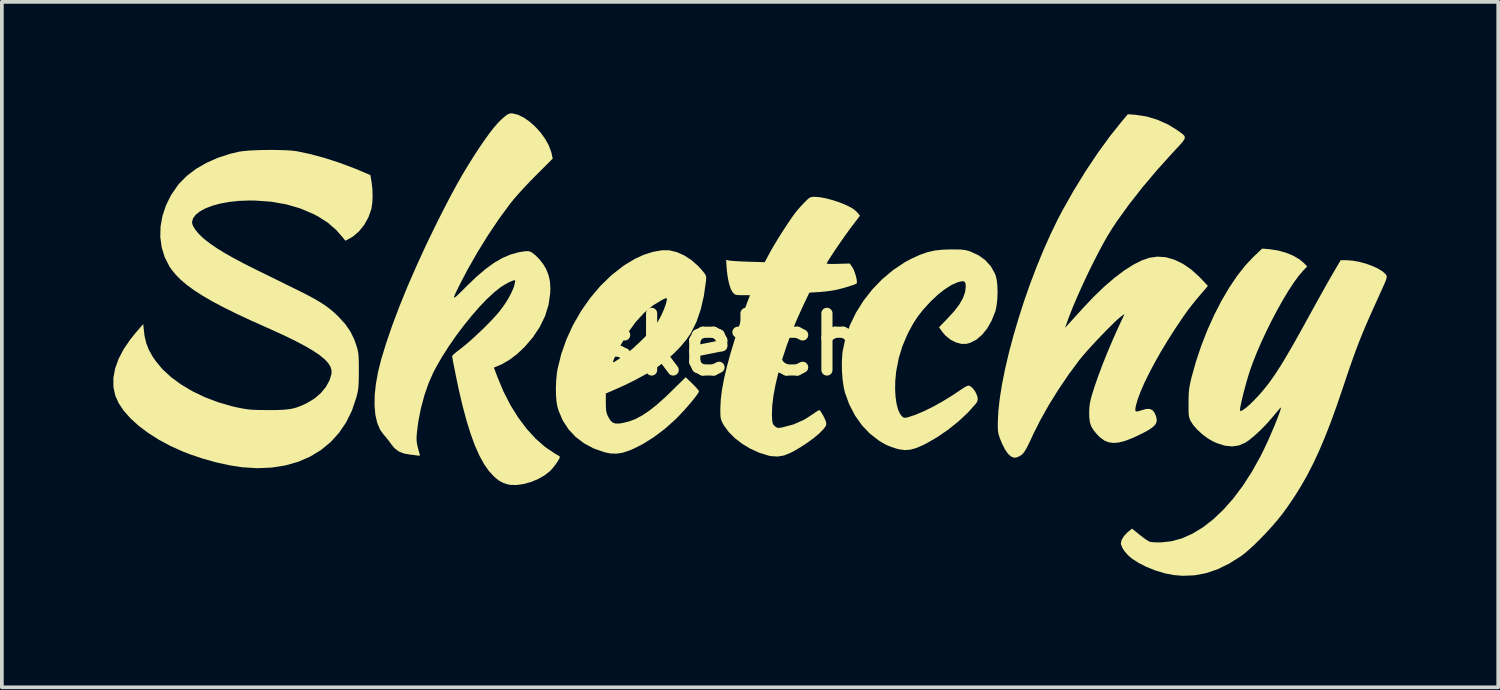
<source format=kicad_pcb>
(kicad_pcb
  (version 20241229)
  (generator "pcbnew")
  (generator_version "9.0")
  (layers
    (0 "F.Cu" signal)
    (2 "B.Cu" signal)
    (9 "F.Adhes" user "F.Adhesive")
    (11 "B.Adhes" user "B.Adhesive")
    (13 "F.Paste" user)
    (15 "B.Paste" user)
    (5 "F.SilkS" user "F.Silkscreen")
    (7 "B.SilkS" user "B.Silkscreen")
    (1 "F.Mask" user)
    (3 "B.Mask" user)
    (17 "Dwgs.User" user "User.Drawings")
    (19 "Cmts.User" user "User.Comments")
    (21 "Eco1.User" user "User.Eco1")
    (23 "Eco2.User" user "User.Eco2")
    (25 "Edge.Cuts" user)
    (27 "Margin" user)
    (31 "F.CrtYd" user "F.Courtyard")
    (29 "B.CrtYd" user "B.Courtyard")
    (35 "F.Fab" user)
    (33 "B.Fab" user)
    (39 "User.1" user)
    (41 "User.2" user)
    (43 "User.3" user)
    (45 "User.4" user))
  (footprint "sketchy"
    (layer "F.Cu")
    (at 17.132 6.216)
    (property "Reference" "sketchy" (at 0 0 0) (layer "F.SilkS") (effects (font (size 1.524 1.524) (thickness 0.3))))
    (attr board_only exclude_from_pos_files exclude_from_bom)
    (fp_poly (pts (xy 5.56 -2.554) (xy 5.672 -2.551) (xy 5.759 -2.542) (xy 5.833 -2.528) (xy 5.906 -2.506) (xy 5.929 -2.498) (xy 6.149 -2.396) (xy 6.335 -2.261) (xy 6.483 -2.095) (xy 6.589 -1.902) (xy 6.61 -1.849) (xy 6.638 -1.728) (xy 6.655 -1.572) (xy 6.66 -1.396) (xy 6.653 -1.217) (xy 6.634 -1.049) (xy 6.605 -0.907) (xy 6.596 -0.878) (xy 6.498 -0.635) (xy 6.379 -0.426) (xy 6.241 -0.256) (xy 6.089 -0.127) (xy 5.924 -0.042) (xy 5.821 -0.014) (xy 5.682 -0.014) (xy 5.534 -0.054) (xy 5.389 -0.129) (xy 5.259 -0.234) (xy 5.166 -0.344) (xy 5.085 -0.462) (xy 5.313 -0.696) (xy 5.496 -0.896) (xy 5.634 -1.079) (xy 5.73 -1.248) (xy 5.786 -1.407) (xy 5.803 -1.554) (xy 5.797 -1.639) (xy 5.773 -1.686) (xy 5.724 -1.701) (xy 5.642 -1.687) (xy 5.584 -1.67) (xy 5.426 -1.601) (xy 5.252 -1.492) (xy 5.066 -1.348) (xy 4.877 -1.171) (xy 4.832 -1.125) (xy 4.656 -0.932) (xy 4.511 -0.747) (xy 4.385 -0.553) (xy 4.266 -0.333) (xy 4.227 -0.253) (xy 4.098 0.052) (xy 4.003 0.363) (xy 3.937 0.699) (xy 3.928 0.764) (xy 3.907 0.985) (xy 3.903 1.201) (xy 3.914 1.406) (xy 3.94 1.59) (xy 3.98 1.746) (xy 4.032 1.866) (xy 4.082 1.931) (xy 4.125 1.966) (xy 4.166 1.976) (xy 4.227 1.966) (xy 4.254 1.959) (xy 4.447 1.896) (xy 4.669 1.802) (xy 4.912 1.683) (xy 5.167 1.542) (xy 5.424 1.385) (xy 5.584 1.279) (xy 5.698 1.202) (xy 5.778 1.151) (xy 5.832 1.122) (xy 5.87 1.11) (xy 5.9 1.113) (xy 5.925 1.124) (xy 5.998 1.185) (xy 6.063 1.277) (xy 6.11 1.382) (xy 6.121 1.427) (xy 6.126 1.496) (xy 6.105 1.553) (xy 6.068 1.605) (xy 5.855 1.842) (xy 5.603 2.077) (xy 5.325 2.299) (xy 5.031 2.5) (xy 4.734 2.671) (xy 4.652 2.711) (xy 4.468 2.79) (xy 4.308 2.834) (xy 4.158 2.844) (xy 4.007 2.823) (xy 3.932 2.803) (xy 3.805 2.762) (xy 3.709 2.725) (xy 3.623 2.683) (xy 3.528 2.628) (xy 3.462 2.586) (xy 3.223 2.401) (xy 3.009 2.176) (xy 2.824 1.914) (xy 2.671 1.621) (xy 2.555 1.305) (xy 2.516 1.134) (xy 2.488 0.928) (xy 2.472 0.705) (xy 2.47 0.479) (xy 2.482 0.267) (xy 2.493 0.174) (xy 2.568 -0.176) (xy 2.689 -0.521) (xy 2.853 -0.858) (xy 3.056 -1.18) (xy 3.293 -1.482) (xy 3.56 -1.758) (xy 3.853 -2.003) (xy 4.167 -2.212) (xy 4.365 -2.317) (xy 4.579 -2.413) (xy 4.775 -2.481) (xy 4.969 -2.525) (xy 5.178 -2.548) (xy 5.408 -2.555)) (stroke (width 0) (type solid)) (fill yes) (layer "F.SilkS"))
    (fp_poly (pts (xy -2.175 -2.531) (xy -1.976 -2.484) (xy -1.776 -2.396) (xy -1.58 -2.269) (xy -1.396 -2.108) (xy -1.283 -1.982) (xy -1.224 -1.909) (xy -1.192 -1.856) (xy -1.181 -1.805) (xy -1.183 -1.74) (xy -1.186 -1.706) (xy -1.244 -1.299) (xy -1.329 -0.933) (xy -1.442 -0.607) (xy -1.584 -0.319) (xy -1.591 -0.306) (xy -1.709 -0.133) (xy -1.862 0.051) (xy -2.042 0.236) (xy -2.237 0.413) (xy -2.438 0.57) (xy -2.52 0.626) (xy -2.777 0.786) (xy -3.071 0.948) (xy -3.386 1.104) (xy -3.623 1.21) (xy -3.881 1.322) (xy -3.881 1.571) (xy -3.879 1.695) (xy -3.872 1.784) (xy -3.857 1.854) (xy -3.831 1.92) (xy -3.818 1.947) (xy -3.759 2.045) (xy -3.697 2.105) (xy -3.618 2.131) (xy -3.51 2.129) (xy -3.439 2.118) (xy -3.263 2.076) (xy -3.087 2.01) (xy -2.908 1.915) (xy -2.719 1.79) (xy -2.516 1.63) (xy -2.294 1.432) (xy -2.132 1.277) (xy -1.732 0.884) (xy -1.553 1.057) (xy -1.477 1.134) (xy -1.416 1.201) (xy -1.381 1.248) (xy -1.374 1.263) (xy -1.391 1.301) (xy -1.437 1.369) (xy -1.506 1.46) (xy -1.593 1.566) (xy -1.692 1.682) (xy -1.797 1.799) (xy -1.902 1.911) (xy -2 2.011) (xy -2.014 2.024) (xy -2.292 2.272) (xy -2.581 2.49) (xy -2.871 2.674) (xy -3.155 2.818) (xy -3.241 2.853) (xy -3.426 2.915) (xy -3.593 2.941) (xy -3.758 2.935) (xy -3.919 2.902) (xy -4.208 2.801) (xy -4.467 2.663) (xy -4.695 2.489) (xy -4.887 2.283) (xy -5.04 2.047) (xy -5.152 1.785) (xy -5.183 1.68) (xy -5.208 1.542) (xy -5.222 1.368) (xy -5.225 1.175) (xy -5.217 0.975) (xy -5.199 0.785) (xy -5.182 0.674) (xy -5.131 0.467) (xy -3.687 0.467) (xy -3.684 0.481) (xy -3.676 0.484) (xy -3.65 0.47) (xy -3.591 0.434) (xy -3.509 0.38) (xy -3.427 0.325) (xy -3.29 0.223) (xy -3.14 0.097) (xy -2.985 -0.045) (xy -2.834 -0.193) (xy -2.696 -0.339) (xy -2.579 -0.476) (xy -2.493 -0.593) (xy -2.474 -0.624) (xy -2.41 -0.74) (xy -2.352 -0.862) (xy -2.303 -0.98) (xy -2.266 -1.085) (xy -2.244 -1.171) (xy -2.239 -1.227) (xy -2.253 -1.247) (xy -2.282 -1.237) (xy -2.34 -1.21) (xy -2.374 -1.193) (xy -2.621 -1.042) (xy -2.858 -0.842) (xy -3.081 -0.597) (xy -3.29 -0.309) (xy -3.481 0.019) (xy -3.549 0.154) (xy -3.611 0.284) (xy -3.653 0.375) (xy -3.678 0.434) (xy -3.687 0.467) (xy -5.131 0.467) (xy -5.083 0.269) (xy -4.942 -0.132) (xy -4.762 -0.523) (xy -4.547 -0.897) (xy -4.301 -1.248) (xy -4.028 -1.571) (xy -3.733 -1.858) (xy -3.419 -2.104) (xy -3.344 -2.155) (xy -3.093 -2.304) (xy -2.855 -2.413) (xy -2.618 -2.488) (xy -2.369 -2.532) (xy -2.364 -2.533)) (stroke (width 0) (type solid)) (fill yes) (layer "F.SilkS"))
    (fp_poly (pts (xy 1.883 -3.959) (xy 2.047 -3.928) (xy 2.227 -3.88) (xy 2.409 -3.819) (xy 2.494 -3.786) (xy 2.653 -3.715) (xy 2.771 -3.648) (xy 2.857 -3.579) (xy 2.903 -3.529) (xy 2.957 -3.461) (xy 2.727 -3.16) (xy 2.652 -3.058) (xy 2.565 -2.939) (xy 2.474 -2.808) (xy 2.381 -2.674) (xy 2.291 -2.542) (xy 2.211 -2.421) (xy 2.143 -2.316) (xy 2.093 -2.236) (xy 2.065 -2.186) (xy 2.062 -2.175) (xy 2.085 -2.169) (xy 2.15 -2.165) (xy 2.247 -2.164) (xy 2.364 -2.166) (xy 2.372 -2.167) (xy 2.682 -2.176) (xy 2.754 -2.074) (xy 2.788 -2.01) (xy 2.821 -1.924) (xy 2.85 -1.83) (xy 2.869 -1.741) (xy 2.876 -1.672) (xy 2.869 -1.639) (xy 2.833 -1.62) (xy 2.759 -1.593) (xy 2.66 -1.56) (xy 2.547 -1.526) (xy 2.431 -1.495) (xy 2.326 -1.469) (xy 2.299 -1.463) (xy 2.18 -1.443) (xy 2.035 -1.424) (xy 1.891 -1.41) (xy 1.848 -1.407) (xy 1.596 -1.392) (xy 1.436 -1.059) (xy 1.272 -0.698) (xy 1.121 -0.332) (xy 0.986 0.034) (xy 0.867 0.394) (xy 0.767 0.742) (xy 0.688 1.071) (xy 0.63 1.377) (xy 0.596 1.652) (xy 0.588 1.892) (xy 0.589 1.922) (xy 0.595 2.031) (xy 0.604 2.102) (xy 0.619 2.147) (xy 0.645 2.181) (xy 0.666 2.201) (xy 0.714 2.236) (xy 0.761 2.248) (xy 0.829 2.241) (xy 0.857 2.237) (xy 1.169 2.154) (xy 1.458 2.026) (xy 1.702 1.869) (xy 1.786 1.809) (xy 1.84 1.778) (xy 1.871 1.772) (xy 1.887 1.784) (xy 1.961 1.905) (xy 2.017 2.014) (xy 2.047 2.098) (xy 2.047 2.101) (xy 2.051 2.154) (xy 2.032 2.204) (xy 1.985 2.269) (xy 1.97 2.286) (xy 1.86 2.398) (xy 1.713 2.521) (xy 1.54 2.648) (xy 1.353 2.77) (xy 1.162 2.881) (xy 1.089 2.918) (xy 0.912 2.99) (xy 0.742 3.018) (xy 0.563 3.006) (xy 0.496 2.993) (xy 0.254 2.919) (xy 0.016 2.812) (xy -0.207 2.679) (xy -0.407 2.525) (xy -0.576 2.356) (xy -0.705 2.179) (xy -0.728 2.138) (xy -0.761 2.072) (xy -0.782 2.015) (xy -0.794 1.952) (xy -0.799 1.87) (xy -0.8 1.754) (xy -0.8 1.718) (xy -0.788 1.483) (xy -0.755 1.219) (xy -0.7 0.924) (xy -0.622 0.594) (xy -0.522 0.227) (xy -0.398 -0.18) (xy -0.316 -0.43) (xy -0.258 -0.603) (xy -0.202 -0.769) (xy -0.151 -0.92) (xy -0.107 -1.045) (xy -0.075 -1.135) (xy -0.064 -1.164) (xy -0.002 -1.323) (xy -0.203 -1.323) (xy -0.304 -1.325) (xy -0.369 -1.331) (xy -0.411 -1.346) (xy -0.445 -1.375) (xy -0.466 -1.399) (xy -0.515 -1.483) (xy -0.558 -1.608) (xy -0.594 -1.765) (xy -0.62 -1.946) (xy -0.63 -2.059) (xy -0.644 -2.272) (xy -0.557 -2.255) (xy -0.503 -2.249) (xy -0.409 -2.241) (xy -0.285 -2.234) (xy -0.142 -2.228) (xy -0.038 -2.224) (xy 0.394 -2.211) (xy 0.534 -2.472) (xy 0.608 -2.604) (xy 0.703 -2.763) (xy 0.811 -2.938) (xy 0.925 -3.115) (xy 1.036 -3.284) (xy 1.137 -3.431) (xy 1.211 -3.534) (xy 1.273 -3.61) (xy 1.355 -3.704) (xy 1.442 -3.796) (xy 1.456 -3.811) (xy 1.532 -3.888) (xy 1.586 -3.935) (xy 1.632 -3.959) (xy 1.681 -3.969) (xy 1.749 -3.97) (xy 1.75 -3.97)) (stroke (width 0) (type solid)) (fill yes) (layer "F.SilkS"))
    (fp_poly (pts (xy 10.369 -6.177) (xy 10.662 -6.133) (xy 10.957 -6.045) (xy 11.241 -5.919) (xy 11.489 -5.767) (xy 11.578 -5.704) (xy 11.644 -5.655) (xy 11.684 -5.613) (xy 11.7 -5.571) (xy 11.688 -5.522) (xy 11.647 -5.46) (xy 11.577 -5.378) (xy 11.476 -5.27) (xy 11.377 -5.163) (xy 10.951 -4.691) (xy 10.557 -4.224) (xy 10.198 -3.766) (xy 9.878 -3.323) (xy 9.745 -3.123) (xy 9.628 -2.934) (xy 9.498 -2.705) (xy 9.36 -2.446) (xy 9.217 -2.166) (xy 9.074 -1.873) (xy 8.935 -1.575) (xy 8.804 -1.282) (xy 8.685 -1.003) (xy 8.584 -0.745) (xy 8.552 -0.659) (xy 8.475 -0.445) (xy 8.558 -0.536) (xy 8.602 -0.584) (xy 8.673 -0.662) (xy 8.763 -0.762) (xy 8.866 -0.875) (xy 8.956 -0.974) (xy 9.245 -1.279) (xy 9.527 -1.551) (xy 9.801 -1.787) (xy 10.063 -1.985) (xy 10.31 -2.143) (xy 10.54 -2.259) (xy 10.74 -2.329) (xy 10.96 -2.361) (xy 11.187 -2.344) (xy 11.416 -2.279) (xy 11.646 -2.168) (xy 11.872 -2.013) (xy 12.091 -1.814) (xy 12.125 -1.779) (xy 12.319 -1.573) (xy 12.12 -1.34) (xy 12.001 -1.199) (xy 11.898 -1.072) (xy 11.803 -0.95) (xy 11.709 -0.82) (xy 11.607 -0.673) (xy 11.49 -0.499) (xy 11.421 -0.394) (xy 11.23 -0.095) (xy 11.052 0.201) (xy 10.889 0.489) (xy 10.743 0.765) (xy 10.617 1.022) (xy 10.514 1.257) (xy 10.435 1.463) (xy 10.385 1.637) (xy 10.372 1.699) (xy 10.365 1.764) (xy 10.375 1.798) (xy 10.411 1.806) (xy 10.482 1.79) (xy 10.55 1.767) (xy 10.673 1.736) (xy 10.765 1.739) (xy 10.835 1.778) (xy 10.886 1.845) (xy 10.922 1.931) (xy 10.942 2.018) (xy 10.943 2.04) (xy 10.931 2.11) (xy 10.888 2.177) (xy 10.811 2.246) (xy 10.694 2.321) (xy 10.542 2.402) (xy 10.305 2.514) (xy 10.102 2.593) (xy 9.928 2.639) (xy 9.777 2.653) (xy 9.645 2.634) (xy 9.526 2.584) (xy 9.414 2.501) (xy 9.348 2.435) (xy 9.247 2.316) (xy 9.181 2.209) (xy 9.143 2.095) (xy 9.127 1.958) (xy 9.124 1.858) (xy 9.128 1.715) (xy 9.143 1.589) (xy 9.172 1.456) (xy 9.198 1.362) (xy 9.275 1.118) (xy 9.373 0.839) (xy 9.487 0.535) (xy 9.615 0.216) (xy 9.753 -0.109) (xy 9.896 -0.431) (xy 9.952 -0.552) (xy 10.076 -0.816) (xy 9.995 -0.76) (xy 9.931 -0.709) (xy 9.839 -0.626) (xy 9.727 -0.517) (xy 9.6 -0.39) (xy 9.464 -0.25) (xy 9.325 -0.105) (xy 9.191 0.04) (xy 9.066 0.178) (xy 8.958 0.302) (xy 8.872 0.406) (xy 8.861 0.42) (xy 8.574 0.808) (xy 8.298 1.215) (xy 8.041 1.628) (xy 7.811 2.037) (xy 7.613 2.43) (xy 7.581 2.501) (xy 7.505 2.664) (xy 7.443 2.787) (xy 7.39 2.876) (xy 7.342 2.939) (xy 7.295 2.982) (xy 7.242 3.013) (xy 7.239 3.015) (xy 7.16 3.046) (xy 7.099 3.048) (xy 7.032 3.022) (xy 7.022 3.016) (xy 6.945 2.95) (xy 6.865 2.836) (xy 6.783 2.676) (xy 6.742 2.577) (xy 6.706 2.482) (xy 6.683 2.404) (xy 6.67 2.325) (xy 6.666 2.229) (xy 6.666 2.107) (xy 6.681 1.792) (xy 6.721 1.439) (xy 6.783 1.053) (xy 6.867 0.64) (xy 6.969 0.206) (xy 7.089 -0.243) (xy 7.225 -0.703) (xy 7.374 -1.166) (xy 7.536 -1.629) (xy 7.709 -2.084) (xy 7.89 -2.526) (xy 8.079 -2.95) (xy 8.273 -3.351) (xy 8.401 -3.596) (xy 8.705 -4.134) (xy 9.024 -4.653) (xy 9.351 -5.143) (xy 9.682 -5.599) (xy 9.985 -5.978) (xy 10.163 -6.192)) (stroke (width 0) (type solid)) (fill yes) (layer "F.SilkS"))
    (fp_poly (pts (xy -12.676 -5.229) (xy -12.488 -5.223) (xy -12.325 -5.213) (xy -12.201 -5.198) (xy -12.191 -5.196) (xy -11.827 -5.119) (xy -11.438 -5.013) (xy -11.038 -4.883) (xy -10.639 -4.733) (xy -10.521 -4.684) (xy -10.216 -4.555) (xy -10.185 -4.377) (xy -10.164 -4.197) (xy -10.156 -4.007) (xy -10.163 -3.826) (xy -10.184 -3.67) (xy -10.193 -3.632) (xy -10.27 -3.416) (xy -10.381 -3.217) (xy -10.52 -3.044) (xy -10.678 -2.907) (xy -10.77 -2.851) (xy -10.89 -2.789) (xy -10.948 -2.864) (xy -11.142 -3.084) (xy -11.358 -3.271) (xy -11.608 -3.433) (xy -11.746 -3.506) (xy -12.1 -3.657) (xy -12.477 -3.767) (xy -12.88 -3.838) (xy -13.311 -3.869) (xy -13.475 -3.871) (xy -13.751 -3.861) (xy -14.01 -3.833) (xy -14.25 -3.79) (xy -14.464 -3.732) (xy -14.65 -3.661) (xy -14.802 -3.579) (xy -14.917 -3.488) (xy -14.989 -3.39) (xy -15.016 -3.285) (xy -15.016 -3.281) (xy -14.995 -3.201) (xy -14.938 -3.101) (xy -14.849 -2.99) (xy -14.736 -2.877) (xy -14.681 -2.83) (xy -14.526 -2.71) (xy -14.348 -2.588) (xy -14.143 -2.461) (xy -13.905 -2.326) (xy -13.629 -2.179) (xy -13.311 -2.019) (xy -13.109 -1.92) (xy -12.893 -1.814) (xy -12.673 -1.706) (xy -12.465 -1.603) (xy -12.28 -1.512) (xy -12.178 -1.462) (xy -11.938 -1.341) (xy -11.738 -1.234) (xy -11.569 -1.136) (xy -11.425 -1.042) (xy -11.297 -0.946) (xy -11.178 -0.844) (xy -11.069 -0.74) (xy -10.892 -0.545) (xy -10.756 -0.349) (xy -10.652 -0.137) (xy -10.59 0.038) (xy -10.567 0.115) (xy -10.551 0.185) (xy -10.539 0.259) (xy -10.532 0.345) (xy -10.529 0.456) (xy -10.527 0.6) (xy -10.527 0.713) (xy -10.528 0.886) (xy -10.531 1.02) (xy -10.537 1.125) (xy -10.546 1.213) (xy -10.561 1.296) (xy -10.582 1.383) (xy -10.594 1.43) (xy -10.712 1.78) (xy -10.868 2.097) (xy -11.06 2.381) (xy -11.287 2.63) (xy -11.547 2.844) (xy -11.837 3.02) (xy -12.155 3.158) (xy -12.5 3.257) (xy -12.87 3.315) (xy -13.263 3.332) (xy -13.667 3.306) (xy -13.998 3.255) (xy -14.354 3.178) (xy -14.717 3.077) (xy -15.073 2.957) (xy -15.258 2.885) (xy -15.597 2.733) (xy -15.912 2.564) (xy -16.199 2.381) (xy -16.454 2.188) (xy -16.674 1.988) (xy -16.854 1.784) (xy -16.991 1.578) (xy -17.08 1.38) (xy -17.13 1.15) (xy -17.132 0.907) (xy -17.086 0.655) (xy -16.993 0.394) (xy -16.854 0.128) (xy -16.669 -0.142) (xy -16.526 -0.318) (xy -16.327 -0.547) (xy -16.32 -0.458) (xy -16.293 -0.23) (xy -16.247 -0.034) (xy -16.177 0.147) (xy -16.075 0.328) (xy -15.994 0.448) (xy -15.809 0.67) (xy -15.58 0.881) (xy -15.312 1.078) (xy -15.01 1.258) (xy -14.68 1.417) (xy -14.329 1.552) (xy -13.961 1.66) (xy -13.797 1.698) (xy -13.677 1.722) (xy -13.573 1.74) (xy -13.471 1.753) (xy -13.361 1.761) (xy -13.23 1.765) (xy -13.066 1.767) (xy -12.967 1.768) (xy -12.754 1.767) (xy -12.582 1.761) (xy -12.44 1.749) (xy -12.319 1.73) (xy -12.207 1.7) (xy -12.094 1.658) (xy -11.971 1.603) (xy -11.921 1.578) (xy -11.722 1.459) (xy -11.551 1.313) (xy -11.413 1.146) (xy -11.314 0.966) (xy -11.262 0.789) (xy -11.261 0.695) (xy -11.291 0.599) (xy -11.354 0.5) (xy -11.451 0.397) (xy -11.585 0.287) (xy -11.758 0.171) (xy -11.971 0.046) (xy -12.227 -0.089) (xy -12.526 -0.235) (xy -12.872 -0.393) (xy -13.018 -0.458) (xy -13.448 -0.651) (xy -13.831 -0.83) (xy -14.171 -0.999) (xy -14.471 -1.158) (xy -14.732 -1.31) (xy -14.959 -1.456) (xy -15.153 -1.598) (xy -15.317 -1.737) (xy -15.454 -1.875) (xy -15.567 -2.014) (xy -15.623 -2.096) (xy -15.75 -2.345) (xy -15.831 -2.61) (xy -15.869 -2.887) (xy -15.862 -3.171) (xy -15.811 -3.456) (xy -15.717 -3.738) (xy -15.582 -4.012) (xy -15.404 -4.272) (xy -15.355 -4.332) (xy -15.153 -4.536) (xy -14.909 -4.721) (xy -14.628 -4.884) (xy -14.317 -5.021) (xy -13.981 -5.13) (xy -13.748 -5.185) (xy -13.632 -5.201) (xy -13.476 -5.215) (xy -13.292 -5.224) (xy -13.089 -5.23) (xy -12.881 -5.232)) (stroke (width 0) (type solid)) (fill yes) (layer "F.SilkS"))
    (fp_poly (pts (xy 13.976 -2.561) (xy 14.199 -2.527) (xy 14.415 -2.468) (xy 14.614 -2.386) (xy 14.784 -2.287) (xy 14.898 -2.192) (xy 14.991 -2.097) (xy 14.877 -1.978) (xy 14.758 -1.838) (xy 14.626 -1.657) (xy 14.485 -1.441) (xy 14.338 -1.197) (xy 14.188 -0.931) (xy 14.04 -0.65) (xy 13.897 -0.362) (xy 13.761 -0.071) (xy 13.638 0.213) (xy 13.529 0.486) (xy 13.439 0.741) (xy 13.404 0.853) (xy 13.355 1.021) (xy 13.309 1.191) (xy 13.266 1.354) (xy 13.231 1.501) (xy 13.204 1.624) (xy 13.187 1.712) (xy 13.184 1.751) (xy 13.186 1.789) (xy 13.202 1.796) (xy 13.244 1.775) (xy 13.264 1.764) (xy 13.344 1.707) (xy 13.446 1.618) (xy 13.562 1.504) (xy 13.685 1.374) (xy 13.807 1.235) (xy 13.919 1.096) (xy 13.964 1.037) (xy 14.062 0.901) (xy 14.164 0.75) (xy 14.272 0.582) (xy 14.389 0.391) (xy 14.517 0.173) (xy 14.66 -0.077) (xy 14.82 -0.362) (xy 15 -0.687) (xy 15.041 -0.764) (xy 15.154 -0.968) (xy 15.268 -1.174) (xy 15.379 -1.374) (xy 15.483 -1.56) (xy 15.575 -1.722) (xy 15.65 -1.854) (xy 15.686 -1.915) (xy 15.892 -2.265) (xy 16.046 -2.265) (xy 16.21 -2.253) (xy 16.386 -2.222) (xy 16.564 -2.174) (xy 16.734 -2.113) (xy 16.887 -2.044) (xy 17.011 -1.969) (xy 17.097 -1.892) (xy 17.114 -1.869) (xy 17.126 -1.847) (xy 17.131 -1.821) (xy 17.127 -1.786) (xy 17.111 -1.733) (xy 17.081 -1.658) (xy 17.035 -1.553) (xy 16.971 -1.411) (xy 16.935 -1.331) (xy 16.795 -1.023) (xy 16.673 -0.751) (xy 16.566 -0.506) (xy 16.471 -0.278) (xy 16.382 -0.057) (xy 16.297 0.167) (xy 16.212 0.402) (xy 16.122 0.658) (xy 16.025 0.946) (xy 15.956 1.152) (xy 15.789 1.642) (xy 15.628 2.087) (xy 15.47 2.492) (xy 15.312 2.864) (xy 15.153 3.206) (xy 14.988 3.526) (xy 14.817 3.827) (xy 14.635 4.117) (xy 14.442 4.399) (xy 14.33 4.552) (xy 14.204 4.711) (xy 14.056 4.884) (xy 13.895 5.061) (xy 13.728 5.234) (xy 13.564 5.396) (xy 13.41 5.537) (xy 13.274 5.651) (xy 13.209 5.699) (xy 12.889 5.9) (xy 12.575 6.053) (xy 12.265 6.157) (xy 11.954 6.215) (xy 11.639 6.227) (xy 11.408 6.208) (xy 11.167 6.162) (xy 10.915 6.087) (xy 10.669 5.989) (xy 10.444 5.874) (xy 10.276 5.765) (xy 10.172 5.675) (xy 10.082 5.574) (xy 10.016 5.473) (xy 9.981 5.384) (xy 9.977 5.355) (xy 9.999 5.259) (xy 10.063 5.155) (xy 10.161 5.052) (xy 10.185 5.033) (xy 10.278 4.958) (xy 10.484 5.125) (xy 10.577 5.198) (xy 10.664 5.259) (xy 10.732 5.3) (xy 10.76 5.312) (xy 10.817 5.321) (xy 10.909 5.327) (xy 11.017 5.329) (xy 11.046 5.329) (xy 11.331 5.299) (xy 11.617 5.221) (xy 11.902 5.095) (xy 12.185 4.923) (xy 12.464 4.706) (xy 12.736 4.448) (xy 13.001 4.148) (xy 13.256 3.809) (xy 13.5 3.432) (xy 13.73 3.019) (xy 13.82 2.838) (xy 13.891 2.689) (xy 13.963 2.532) (xy 14.032 2.373) (xy 14.098 2.218) (xy 14.157 2.073) (xy 14.208 1.944) (xy 14.247 1.836) (xy 14.273 1.756) (xy 14.284 1.708) (xy 14.276 1.7) (xy 14.271 1.705) (xy 14.241 1.74) (xy 14.187 1.803) (xy 14.117 1.887) (xy 14.051 1.966) (xy 13.901 2.137) (xy 13.744 2.299) (xy 13.588 2.443) (xy 13.444 2.563) (xy 13.325 2.645) (xy 13.156 2.719) (xy 12.974 2.746) (xy 12.778 2.726) (xy 12.565 2.659) (xy 12.442 2.604) (xy 12.304 2.521) (xy 12.164 2.415) (xy 12.034 2.295) (xy 11.927 2.174) (xy 11.859 2.07) (xy 11.835 2.018) (xy 11.817 1.969) (xy 11.806 1.911) (xy 11.8 1.835) (xy 11.798 1.73) (xy 11.798 1.585) (xy 11.798 1.578) (xy 11.8 1.419) (xy 11.805 1.293) (xy 11.817 1.184) (xy 11.836 1.074) (xy 11.865 0.947) (xy 11.878 0.891) (xy 11.999 0.458) (xy 12.143 0.029) (xy 12.307 -0.389) (xy 12.489 -0.792) (xy 12.684 -1.172) (xy 12.891 -1.525) (xy 13.106 -1.844) (xy 13.327 -2.124) (xy 13.536 -2.346) (xy 13.778 -2.577)) (stroke (width 0) (type solid)) (fill yes) (layer "F.SilkS"))
    (fp_poly (pts (xy -6.395 -6.215) (xy -6.249 -6.18) (xy -6.093 -6.105) (xy -5.935 -5.995) (xy -5.781 -5.859) (xy -5.639 -5.702) (xy -5.516 -5.533) (xy -5.418 -5.359) (xy -5.352 -5.185) (xy -5.339 -5.134) (xy -5.311 -4.998) (xy -5.768 -4.541) (xy -5.924 -4.383) (xy -6.078 -4.219) (xy -6.224 -4.059) (xy -6.351 -3.914) (xy -6.45 -3.792) (xy -6.46 -3.779) (xy -6.757 -3.375) (xy -7.052 -2.935) (xy -7.337 -2.475) (xy -7.602 -2.01) (xy -7.795 -1.642) (xy -7.872 -1.486) (xy -7.928 -1.371) (xy -7.96 -1.296) (xy -7.965 -1.26) (xy -7.944 -1.263) (xy -7.892 -1.304) (xy -7.809 -1.383) (xy -7.693 -1.498) (xy -7.613 -1.579) (xy -7.353 -1.827) (xy -7.11 -2.033) (xy -6.882 -2.198) (xy -6.662 -2.325) (xy -6.447 -2.417) (xy -6.232 -2.477) (xy -6.132 -2.494) (xy -6.034 -2.507) (xy -5.969 -2.508) (xy -5.92 -2.497) (xy -5.872 -2.472) (xy -5.865 -2.468) (xy -5.766 -2.39) (xy -5.662 -2.282) (xy -5.566 -2.159) (xy -5.492 -2.037) (xy -5.486 -2.024) (xy -5.422 -1.861) (xy -5.385 -1.696) (xy -5.373 -1.511) (xy -5.378 -1.375) (xy -5.421 -1.069) (xy -5.514 -0.767) (xy -5.656 -0.473) (xy -5.846 -0.187) (xy -6.068 0.071) (xy -6.271 0.262) (xy -6.481 0.42) (xy -6.688 0.539) (xy -6.755 0.568) (xy -6.893 0.625) (xy -6.793 0.891) (xy -6.63 1.279) (xy -6.443 1.642) (xy -6.234 1.976) (xy -6.007 2.277) (xy -5.766 2.54) (xy -5.514 2.762) (xy -5.253 2.937) (xy -5.224 2.953) (xy -5.161 2.99) (xy -5.122 3.019) (xy -5.116 3.027) (xy -5.132 3.073) (xy -5.174 3.145) (xy -5.232 3.23) (xy -5.299 3.316) (xy -5.365 3.391) (xy -5.389 3.415) (xy -5.537 3.529) (xy -5.71 3.627) (xy -5.9 3.704) (xy -6.093 3.758) (xy -6.28 3.784) (xy -6.45 3.781) (xy -6.554 3.758) (xy -6.663 3.717) (xy -6.751 3.669) (xy -6.84 3.6) (xy -6.891 3.554) (xy -7.028 3.407) (xy -7.158 3.22) (xy -7.282 2.994) (xy -7.402 2.726) (xy -7.516 2.415) (xy -7.627 2.059) (xy -7.735 1.656) (xy -7.841 1.205) (xy -7.914 0.853) (xy -7.945 0.697) (xy -7.973 0.558) (xy -7.995 0.444) (xy -8.01 0.361) (xy -8.017 0.319) (xy -8.017 0.316) (xy -7.998 0.29) (xy -7.946 0.242) (xy -7.869 0.179) (xy -7.792 0.121) (xy -7.651 0.008) (xy -7.489 -0.133) (xy -7.316 -0.292) (xy -7.142 -0.459) (xy -6.979 -0.624) (xy -6.837 -0.777) (xy -6.74 -0.891) (xy -6.62 -1.052) (xy -6.513 -1.219) (xy -6.425 -1.381) (xy -6.363 -1.526) (xy -6.34 -1.604) (xy -6.326 -1.673) (xy -6.321 -1.717) (xy -6.322 -1.724) (xy -6.354 -1.724) (xy -6.418 -1.701) (xy -6.502 -1.662) (xy -6.596 -1.611) (xy -6.687 -1.554) (xy -6.716 -1.535) (xy -6.892 -1.395) (xy -7.085 -1.215) (xy -7.289 -1.002) (xy -7.497 -0.762) (xy -7.706 -0.503) (xy -7.91 -0.231) (xy -8.104 0.048) (xy -8.282 0.326) (xy -8.439 0.598) (xy -8.521 0.753) (xy -8.65 1.045) (xy -8.763 1.371) (xy -8.856 1.717) (xy -8.925 2.068) (xy -8.959 2.324) (xy -8.97 2.445) (xy -8.974 2.538) (xy -8.97 2.62) (xy -8.956 2.706) (xy -8.931 2.81) (xy -8.892 2.947) (xy -8.886 2.989) (xy -8.912 2.998) (xy -8.936 2.993) (xy -8.995 2.984) (xy -9.082 2.973) (xy -9.146 2.966) (xy -9.321 2.935) (xy -9.46 2.877) (xy -9.573 2.788) (xy -9.651 2.691) (xy -9.72 2.596) (xy -9.796 2.501) (xy -9.851 2.438) (xy -9.955 2.296) (xy -10.032 2.114) (xy -10.082 1.896) (xy -10.104 1.646) (xy -10.1 1.365) (xy -10.067 1.059) (xy -10.007 0.731) (xy -9.924 0.4) (xy -9.788 -0.044) (xy -9.623 -0.524) (xy -9.43 -1.034) (xy -9.211 -1.571) (xy -8.968 -2.128) (xy -8.704 -2.702) (xy -8.419 -3.289) (xy -8.409 -3.309) (xy -8.221 -3.679) (xy -8.048 -4.011) (xy -7.884 -4.312) (xy -7.725 -4.591) (xy -7.565 -4.855) (xy -7.402 -5.114) (xy -7.292 -5.281) (xy -7.14 -5.503) (xy -7.008 -5.686) (xy -6.89 -5.837) (xy -6.782 -5.961) (xy -6.677 -6.065) (xy -6.612 -6.122) (xy -6.536 -6.18) (xy -6.478 -6.209) (xy -6.42 -6.216)) (stroke (width 0) (type solid)) (fill yes) (layer "F.SilkS")))
  (gr_rect
    (start -3 -3)
    (end 37.263 15.443)
    (stroke (width 0.1) (type default))
    (fill no)
    (layer "Edge.Cuts")))
</source>
